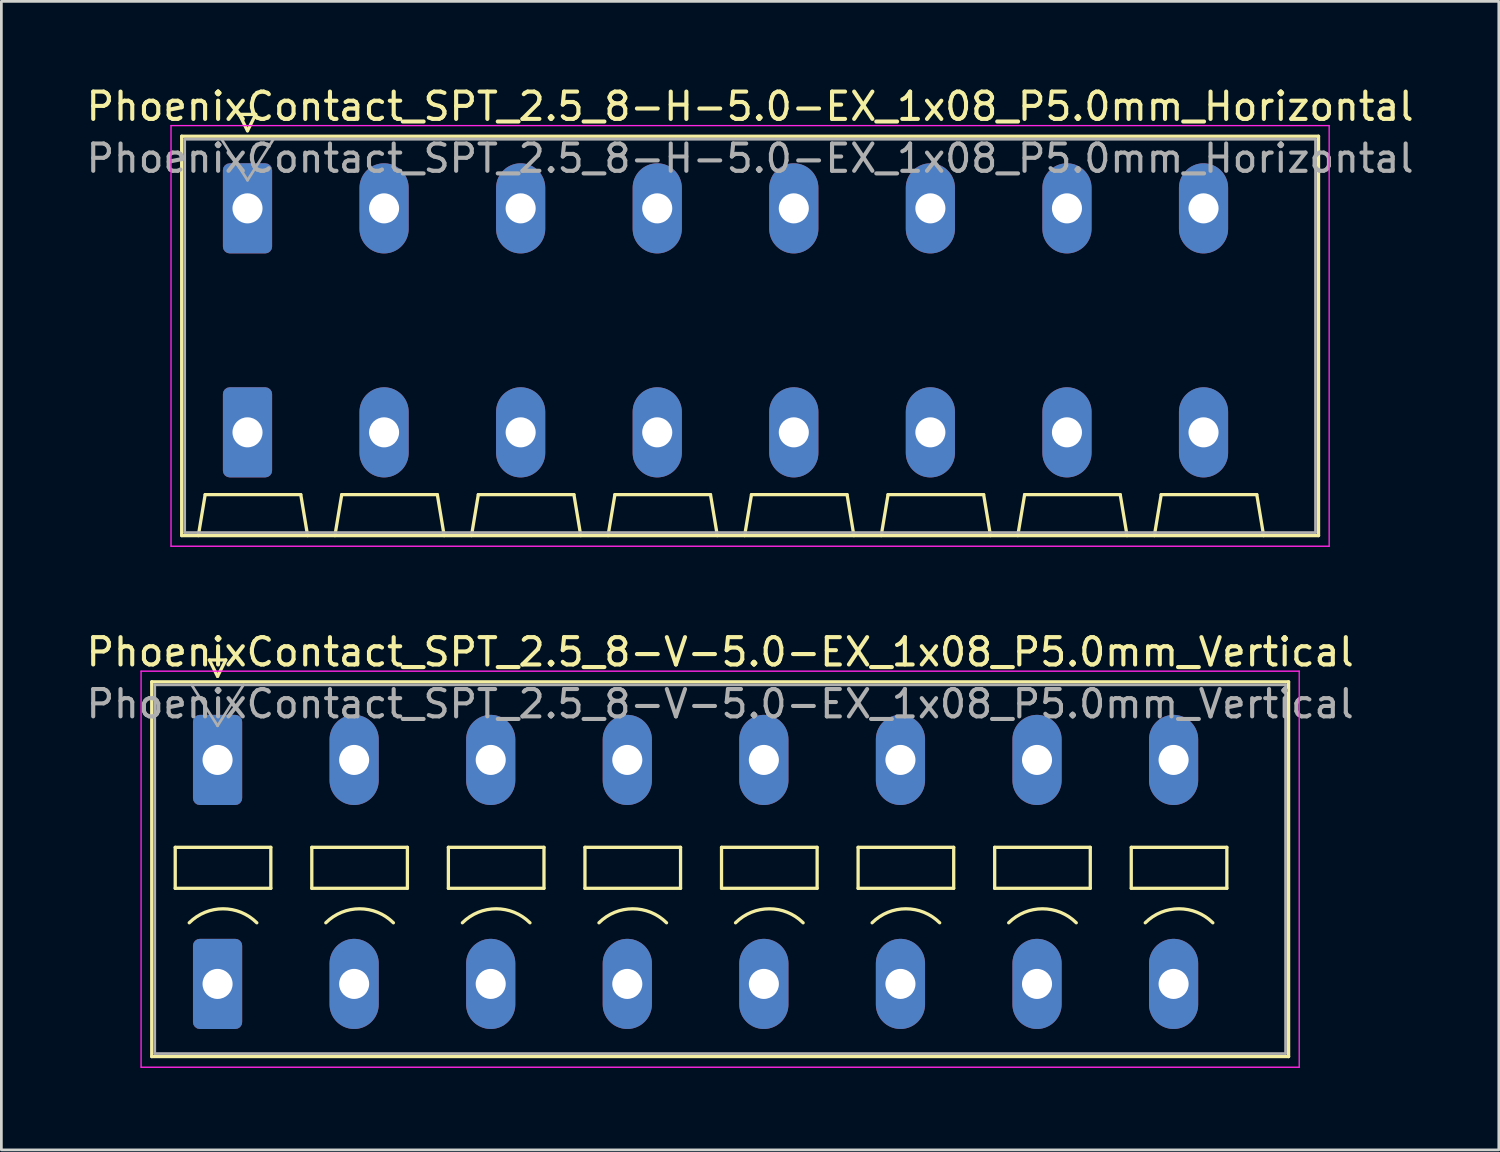
<source format=kicad_pcb>
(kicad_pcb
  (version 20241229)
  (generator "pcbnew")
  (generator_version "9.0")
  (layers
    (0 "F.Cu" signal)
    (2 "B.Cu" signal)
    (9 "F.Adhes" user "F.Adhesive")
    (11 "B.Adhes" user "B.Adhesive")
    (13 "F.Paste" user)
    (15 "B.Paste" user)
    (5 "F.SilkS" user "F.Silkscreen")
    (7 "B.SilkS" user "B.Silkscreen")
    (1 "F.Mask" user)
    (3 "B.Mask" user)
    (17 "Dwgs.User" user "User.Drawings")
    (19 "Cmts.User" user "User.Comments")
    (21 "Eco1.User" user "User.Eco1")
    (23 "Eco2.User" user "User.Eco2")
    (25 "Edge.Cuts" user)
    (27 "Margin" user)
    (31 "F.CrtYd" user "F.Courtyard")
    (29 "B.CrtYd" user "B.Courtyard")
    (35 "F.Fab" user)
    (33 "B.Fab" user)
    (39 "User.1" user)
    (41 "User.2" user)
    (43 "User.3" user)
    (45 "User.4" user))
  (footprint "PhoenixContact_SPT_2.5_8-H-5.0-EX_1x08_P5.0mm_Horizontal"
    (layer "F.Cu")
    (at 6.011 4.578)
    (property "Reference" "PhoenixContact_SPT_2.5_8-H-5.0-EX_1x08_P5.0mm_Horizontal" (at 18.4 -3.73 0) (layer "F.SilkS") (effects (font (size 1 1) (thickness 0.15))))
    (attr through_hole)
    (fp_line (start -2.41 -2.64) (end 39.21 -2.64) (stroke (width 0.12) (type solid)) (layer "F.SilkS"))
    (fp_line (start -2.41 11.98) (end -2.41 -2.64) (stroke (width 0.12) (type solid)) (layer "F.SilkS"))
    (fp_line (start -1.8 11.98) (end -1.55 10.48) (stroke (width 0.12) (type solid)) (layer "F.SilkS"))
    (fp_line (start -1.55 10.48) (end 1.95 10.48) (stroke (width 0.12) (type solid)) (layer "F.SilkS"))
    (fp_line (start -0.3 -3.44) (end 0 -2.84) (stroke (width 0.12) (type solid)) (layer "F.SilkS"))
    (fp_line (start -0.3 -3.44) (end 0.3 -3.44) (stroke (width 0.12) (type solid)) (layer "F.SilkS"))
    (fp_line (start 0.3 -3.44) (end 0 -2.84) (stroke (width 0.12) (type solid)) (layer "F.SilkS"))
    (fp_line (start 2.2 11.98) (end 1.95 10.48) (stroke (width 0.12) (type solid)) (layer "F.SilkS"))
    (fp_line (start 3.2 11.98) (end 3.45 10.48) (stroke (width 0.12) (type solid)) (layer "F.SilkS"))
    (fp_line (start 3.45 10.48) (end 6.95 10.48) (stroke (width 0.12) (type solid)) (layer "F.SilkS"))
    (fp_line (start 7.2 11.98) (end 6.95 10.48) (stroke (width 0.12) (type solid)) (layer "F.SilkS"))
    (fp_line (start 8.2 11.98) (end 8.45 10.48) (stroke (width 0.12) (type solid)) (layer "F.SilkS"))
    (fp_line (start 8.45 10.48) (end 11.95 10.48) (stroke (width 0.12) (type solid)) (layer "F.SilkS"))
    (fp_line (start 12.2 11.98) (end 11.95 10.48) (stroke (width 0.12) (type solid)) (layer "F.SilkS"))
    (fp_line (start 13.2 11.98) (end 13.45 10.48) (stroke (width 0.12) (type solid)) (layer "F.SilkS"))
    (fp_line (start 13.45 10.48) (end 16.95 10.48) (stroke (width 0.12) (type solid)) (layer "F.SilkS"))
    (fp_line (start 17.2 11.98) (end 16.95 10.48) (stroke (width 0.12) (type solid)) (layer "F.SilkS"))
    (fp_line (start 18.2 11.98) (end 18.45 10.48) (stroke (width 0.12) (type solid)) (layer "F.SilkS"))
    (fp_line (start 18.45 10.48) (end 21.95 10.48) (stroke (width 0.12) (type solid)) (layer "F.SilkS"))
    (fp_line (start 22.2 11.98) (end 21.95 10.48) (stroke (width 0.12) (type solid)) (layer "F.SilkS"))
    (fp_line (start 23.2 11.98) (end 23.45 10.48) (stroke (width 0.12) (type solid)) (layer "F.SilkS"))
    (fp_line (start 23.45 10.48) (end 26.95 10.48) (stroke (width 0.12) (type solid)) (layer "F.SilkS"))
    (fp_line (start 27.2 11.98) (end 26.95 10.48) (stroke (width 0.12) (type solid)) (layer "F.SilkS"))
    (fp_line (start 28.2 11.98) (end 28.45 10.48) (stroke (width 0.12) (type solid)) (layer "F.SilkS"))
    (fp_line (start 28.45 10.48) (end 31.95 10.48) (stroke (width 0.12) (type solid)) (layer "F.SilkS"))
    (fp_line (start 32.2 11.98) (end 31.95 10.48) (stroke (width 0.12) (type solid)) (layer "F.SilkS"))
    (fp_line (start 33.2 11.98) (end 33.45 10.48) (stroke (width 0.12) (type solid)) (layer "F.SilkS"))
    (fp_line (start 33.45 10.48) (end 36.95 10.48) (stroke (width 0.12) (type solid)) (layer "F.SilkS"))
    (fp_line (start 37.2 11.98) (end 36.95 10.48) (stroke (width 0.12) (type solid)) (layer "F.SilkS"))
    (fp_line (start 39.21 -2.64) (end 39.21 11.98) (stroke (width 0.12) (type solid)) (layer "F.SilkS"))
    (fp_line (start 39.21 11.98) (end -2.41 11.98) (stroke (width 0.12) (type solid)) (layer "F.SilkS"))
    (fp_line (start -2.8 -3.03) (end -2.8 12.37) (stroke (width 0.05) (type solid)) (layer "F.CrtYd"))
    (fp_line (start -2.8 12.37) (end 39.6 12.37) (stroke (width 0.05) (type solid)) (layer "F.CrtYd"))
    (fp_line (start 39.6 -3.03) (end -2.8 -3.03) (stroke (width 0.05) (type solid)) (layer "F.CrtYd"))
    (fp_line (start 39.6 12.37) (end 39.6 -3.03) (stroke (width 0.05) (type solid)) (layer "F.CrtYd"))
    (fp_line (start -2.3 -2.53) (end -2.3 11.87) (stroke (width 0.1) (type solid)) (layer "F.Fab"))
    (fp_line (start -2.3 11.87) (end 39.1 11.87) (stroke (width 0.1) (type solid)) (layer "F.Fab"))
    (fp_line (start -0.95 -2.53) (end 0 -1.03) (stroke (width 0.1) (type solid)) (layer "F.Fab"))
    (fp_line (start 0.95 -2.53) (end 0 -1.03) (stroke (width 0.1) (type solid)) (layer "F.Fab"))
    (fp_line (start 39.1 -2.53) (end -2.3 -2.53) (stroke (width 0.1) (type solid)) (layer "F.Fab"))
    (fp_line (start 39.1 11.87) (end 39.1 -2.53) (stroke (width 0.1) (type solid)) (layer "F.Fab"))
    (fp_text user "${REFERENCE}" (at 18.4 -1.83 0) (layer "F.Fab") (effects (font (size 1 1) (thickness 0.15))))
    (pad "1" thru_hole roundrect (at 0 0) (size 1.8 3.3) (drill 1.1) (layers "*.Cu" "*.Mask") (roundrect_rratio 0.139))
    (pad "1" thru_hole roundrect (at 0 8.2) (size 1.8 3.3) (drill 1.1) (layers "*.Cu" "*.Mask") (roundrect_rratio 0.139))
    (pad "2" thru_hole oval (at 5 0) (size 1.8 3.3) (drill 1.1) (layers "*.Cu" "*.Mask"))
    (pad "2" thru_hole oval (at 5 8.2) (size 1.8 3.3) (drill 1.1) (layers "*.Cu" "*.Mask"))
    (pad "3" thru_hole oval (at 10 0) (size 1.8 3.3) (drill 1.1) (layers "*.Cu" "*.Mask"))
    (pad "3" thru_hole oval (at 10 8.2) (size 1.8 3.3) (drill 1.1) (layers "*.Cu" "*.Mask"))
    (pad "4" thru_hole oval (at 15 0) (size 1.8 3.3) (drill 1.1) (layers "*.Cu" "*.Mask"))
    (pad "4" thru_hole oval (at 15 8.2) (size 1.8 3.3) (drill 1.1) (layers "*.Cu" "*.Mask"))
    (pad "5" thru_hole oval (at 20 0) (size 1.8 3.3) (drill 1.1) (layers "*.Cu" "*.Mask"))
    (pad "5" thru_hole oval (at 20 8.2) (size 1.8 3.3) (drill 1.1) (layers "*.Cu" "*.Mask"))
    (pad "6" thru_hole oval (at 25 0) (size 1.8 3.3) (drill 1.1) (layers "*.Cu" "*.Mask"))
    (pad "6" thru_hole oval (at 25 8.2) (size 1.8 3.3) (drill 1.1) (layers "*.Cu" "*.Mask"))
    (pad "7" thru_hole oval (at 30 0) (size 1.8 3.3) (drill 1.1) (layers "*.Cu" "*.Mask"))
    (pad "7" thru_hole oval (at 30 8.2) (size 1.8 3.3) (drill 1.1) (layers "*.Cu" "*.Mask"))
    (pad "8" thru_hole oval (at 35 0) (size 1.8 3.3) (drill 1.1) (layers "*.Cu" "*.Mask"))
    (pad "8" thru_hole oval (at 35 8.2) (size 1.8 3.3) (drill 1.1) (layers "*.Cu" "*.Mask")))
  (footprint "PhoenixContact_SPT_2.5_8-V-5.0-EX_1x08_P5.0mm_Vertical"
    (layer "F.Cu")
    (at 4.915 24.771)
    (property "Reference" "PhoenixContact_SPT_2.5_8-V-5.0-EX_1x08_P5.0mm_Vertical" (at 18.4 -3.95 0) (layer "F.SilkS") (effects (font (size 1 1) (thickness 0.15))))
    (attr through_hole)
    (fp_line (start -2.41 -2.86) (end 39.21 -2.86) (stroke (width 0.12) (type solid)) (layer "F.SilkS"))
    (fp_line (start -2.41 10.86) (end -2.41 -2.86) (stroke (width 0.12) (type solid)) (layer "F.SilkS"))
    (fp_line (start -1.55 3.2) (end -1.55 4.7) (stroke (width 0.12) (type solid)) (layer "F.SilkS"))
    (fp_line (start -1.55 4.7) (end 1.95 4.7) (stroke (width 0.12) (type solid)) (layer "F.SilkS"))
    (fp_line (start -0.3 -3.66) (end 0 -3.06) (stroke (width 0.12) (type solid)) (layer "F.SilkS"))
    (fp_line (start -0.3 -3.66) (end 0.3 -3.66) (stroke (width 0.12) (type solid)) (layer "F.SilkS"))
    (fp_line (start 0.3 -3.66) (end 0 -3.06) (stroke (width 0.12) (type solid)) (layer "F.SilkS"))
    (fp_line (start 1.95 3.2) (end -1.55 3.2) (stroke (width 0.12) (type solid)) (layer "F.SilkS"))
    (fp_line (start 1.95 4.7) (end 1.95 3.2) (stroke (width 0.12) (type solid)) (layer "F.SilkS"))
    (fp_line (start 3.45 3.2) (end 3.45 4.7) (stroke (width 0.12) (type solid)) (layer "F.SilkS"))
    (fp_line (start 3.45 4.7) (end 6.95 4.7) (stroke (width 0.12) (type solid)) (layer "F.SilkS"))
    (fp_line (start 6.95 3.2) (end 3.45 3.2) (stroke (width 0.12) (type solid)) (layer "F.SilkS"))
    (fp_line (start 6.95 4.7) (end 6.95 3.2) (stroke (width 0.12) (type solid)) (layer "F.SilkS"))
    (fp_line (start 8.45 3.2) (end 8.45 4.7) (stroke (width 0.12) (type solid)) (layer "F.SilkS"))
    (fp_line (start 8.45 4.7) (end 11.95 4.7) (stroke (width 0.12) (type solid)) (layer "F.SilkS"))
    (fp_line (start 11.95 3.2) (end 8.45 3.2) (stroke (width 0.12) (type solid)) (layer "F.SilkS"))
    (fp_line (start 11.95 4.7) (end 11.95 3.2) (stroke (width 0.12) (type solid)) (layer "F.SilkS"))
    (fp_line (start 13.45 3.2) (end 13.45 4.7) (stroke (width 0.12) (type solid)) (layer "F.SilkS"))
    (fp_line (start 13.45 4.7) (end 16.95 4.7) (stroke (width 0.12) (type solid)) (layer "F.SilkS"))
    (fp_line (start 16.95 3.2) (end 13.45 3.2) (stroke (width 0.12) (type solid)) (layer "F.SilkS"))
    (fp_line (start 16.95 4.7) (end 16.95 3.2) (stroke (width 0.12) (type solid)) (layer "F.SilkS"))
    (fp_line (start 18.45 3.2) (end 18.45 4.7) (stroke (width 0.12) (type solid)) (layer "F.SilkS"))
    (fp_line (start 18.45 4.7) (end 21.95 4.7) (stroke (width 0.12) (type solid)) (layer "F.SilkS"))
    (fp_line (start 21.95 3.2) (end 18.45 3.2) (stroke (width 0.12) (type solid)) (layer "F.SilkS"))
    (fp_line (start 21.95 4.7) (end 21.95 3.2) (stroke (width 0.12) (type solid)) (layer "F.SilkS"))
    (fp_line (start 23.45 3.2) (end 23.45 4.7) (stroke (width 0.12) (type solid)) (layer "F.SilkS"))
    (fp_line (start 23.45 4.7) (end 26.95 4.7) (stroke (width 0.12) (type solid)) (layer "F.SilkS"))
    (fp_line (start 26.95 3.2) (end 23.45 3.2) (stroke (width 0.12) (type solid)) (layer "F.SilkS"))
    (fp_line (start 26.95 4.7) (end 26.95 3.2) (stroke (width 0.12) (type solid)) (layer "F.SilkS"))
    (fp_line (start 28.45 3.2) (end 28.45 4.7) (stroke (width 0.12) (type solid)) (layer "F.SilkS"))
    (fp_line (start 28.45 4.7) (end 31.95 4.7) (stroke (width 0.12) (type solid)) (layer "F.SilkS"))
    (fp_line (start 31.95 3.2) (end 28.45 3.2) (stroke (width 0.12) (type solid)) (layer "F.SilkS"))
    (fp_line (start 31.95 4.7) (end 31.95 3.2) (stroke (width 0.12) (type solid)) (layer "F.SilkS"))
    (fp_line (start 33.45 3.2) (end 33.45 4.7) (stroke (width 0.12) (type solid)) (layer "F.SilkS"))
    (fp_line (start 33.45 4.7) (end 36.95 4.7) (stroke (width 0.12) (type solid)) (layer "F.SilkS"))
    (fp_line (start 36.95 3.2) (end 33.45 3.2) (stroke (width 0.12) (type solid)) (layer "F.SilkS"))
    (fp_line (start 36.95 4.7) (end 36.95 3.2) (stroke (width 0.12) (type solid)) (layer "F.SilkS"))
    (fp_line (start 39.21 -2.86) (end 39.21 10.86) (stroke (width 0.12) (type solid)) (layer "F.SilkS"))
    (fp_line (start 39.21 10.86) (end -2.41 10.86) (stroke (width 0.12) (type solid)) (layer "F.SilkS"))
    (fp_arc (start -1.037437 5.962563) (mid 0.2 5.45) (end 1.437437 5.962563) (stroke (width 0.12) (type solid)) (layer "F.SilkS"))
    (fp_arc (start 3.962563 5.962563) (mid 5.2 5.45) (end 6.437437 5.962563) (stroke (width 0.12) (type solid)) (layer "F.SilkS"))
    (fp_arc (start 8.962563 5.962563) (mid 10.2 5.45) (end 11.437437 5.962563) (stroke (width 0.12) (type solid)) (layer "F.SilkS"))
    (fp_arc (start 13.962563 5.962563) (mid 15.2 5.45) (end 16.437437 5.962563) (stroke (width 0.12) (type solid)) (layer "F.SilkS"))
    (fp_arc (start 18.962563 5.962563) (mid 20.2 5.45) (end 21.437437 5.962563) (stroke (width 0.12) (type solid)) (layer "F.SilkS"))
    (fp_arc (start 23.962563 5.962563) (mid 25.2 5.45) (end 26.437437 5.962563) (stroke (width 0.12) (type solid)) (layer "F.SilkS"))
    (fp_arc (start 28.962563 5.962563) (mid 30.2 5.45) (end 31.437437 5.962563) (stroke (width 0.12) (type solid)) (layer "F.SilkS"))
    (fp_arc (start 33.962563 5.962563) (mid 35.2 5.45) (end 36.437437 5.962563) (stroke (width 0.12) (type solid)) (layer "F.SilkS"))
    (fp_line (start -2.8 -3.25) (end -2.8 11.25) (stroke (width 0.05) (type solid)) (layer "F.CrtYd"))
    (fp_line (start -2.8 11.25) (end 39.6 11.25) (stroke (width 0.05) (type solid)) (layer "F.CrtYd"))
    (fp_line (start 39.6 -3.25) (end -2.8 -3.25) (stroke (width 0.05) (type solid)) (layer "F.CrtYd"))
    (fp_line (start 39.6 11.25) (end 39.6 -3.25) (stroke (width 0.05) (type solid)) (layer "F.CrtYd"))
    (fp_line (start -2.3 -2.75) (end -2.3 10.75) (stroke (width 0.1) (type solid)) (layer "F.Fab"))
    (fp_line (start -2.3 10.75) (end 39.1 10.75) (stroke (width 0.1) (type solid)) (layer "F.Fab"))
    (fp_line (start -0.95 -2.75) (end 0 -1.25) (stroke (width 0.1) (type solid)) (layer "F.Fab"))
    (fp_line (start 0.95 -2.75) (end 0 -1.25) (stroke (width 0.1) (type solid)) (layer "F.Fab"))
    (fp_line (start 39.1 -2.75) (end -2.3 -2.75) (stroke (width 0.1) (type solid)) (layer "F.Fab"))
    (fp_line (start 39.1 10.75) (end 39.1 -2.75) (stroke (width 0.1) (type solid)) (layer "F.Fab"))
    (fp_text user "${REFERENCE}" (at 18.4 -2.05 0) (layer "F.Fab") (effects (font (size 1 1) (thickness 0.15))))
    (pad "1" thru_hole roundrect (at 0 0) (size 1.8 3.3) (drill 1.1) (layers "*.Cu" "*.Mask") (roundrect_rratio 0.139))
    (pad "1" thru_hole roundrect (at 0 8.2) (size 1.8 3.3) (drill 1.1) (layers "*.Cu" "*.Mask") (roundrect_rratio 0.139))
    (pad "2" thru_hole oval (at 5 0) (size 1.8 3.3) (drill 1.1) (layers "*.Cu" "*.Mask"))
    (pad "2" thru_hole oval (at 5 8.2) (size 1.8 3.3) (drill 1.1) (layers "*.Cu" "*.Mask"))
    (pad "3" thru_hole oval (at 10 0) (size 1.8 3.3) (drill 1.1) (layers "*.Cu" "*.Mask"))
    (pad "3" thru_hole oval (at 10 8.2) (size 1.8 3.3) (drill 1.1) (layers "*.Cu" "*.Mask"))
    (pad "4" thru_hole oval (at 15 0) (size 1.8 3.3) (drill 1.1) (layers "*.Cu" "*.Mask"))
    (pad "4" thru_hole oval (at 15 8.2) (size 1.8 3.3) (drill 1.1) (layers "*.Cu" "*.Mask"))
    (pad "5" thru_hole oval (at 20 0) (size 1.8 3.3) (drill 1.1) (layers "*.Cu" "*.Mask"))
    (pad "5" thru_hole oval (at 20 8.2) (size 1.8 3.3) (drill 1.1) (layers "*.Cu" "*.Mask"))
    (pad "6" thru_hole oval (at 25 0) (size 1.8 3.3) (drill 1.1) (layers "*.Cu" "*.Mask"))
    (pad "6" thru_hole oval (at 25 8.2) (size 1.8 3.3) (drill 1.1) (layers "*.Cu" "*.Mask"))
    (pad "7" thru_hole oval (at 30 0) (size 1.8 3.3) (drill 1.1) (layers "*.Cu" "*.Mask"))
    (pad "7" thru_hole oval (at 30 8.2) (size 1.8 3.3) (drill 1.1) (layers "*.Cu" "*.Mask"))
    (pad "8" thru_hole oval (at 35 0) (size 1.8 3.3) (drill 1.1) (layers "*.Cu" "*.Mask"))
    (pad "8" thru_hole oval (at 35 8.2) (size 1.8 3.3) (drill 1.1) (layers "*.Cu" "*.Mask")))
  (gr_rect
    (start -3 -3)
    (end 51.821 39.047)
    (stroke (width 0.1) (type default))
    (fill no)
    (layer "Edge.Cuts")))
</source>
